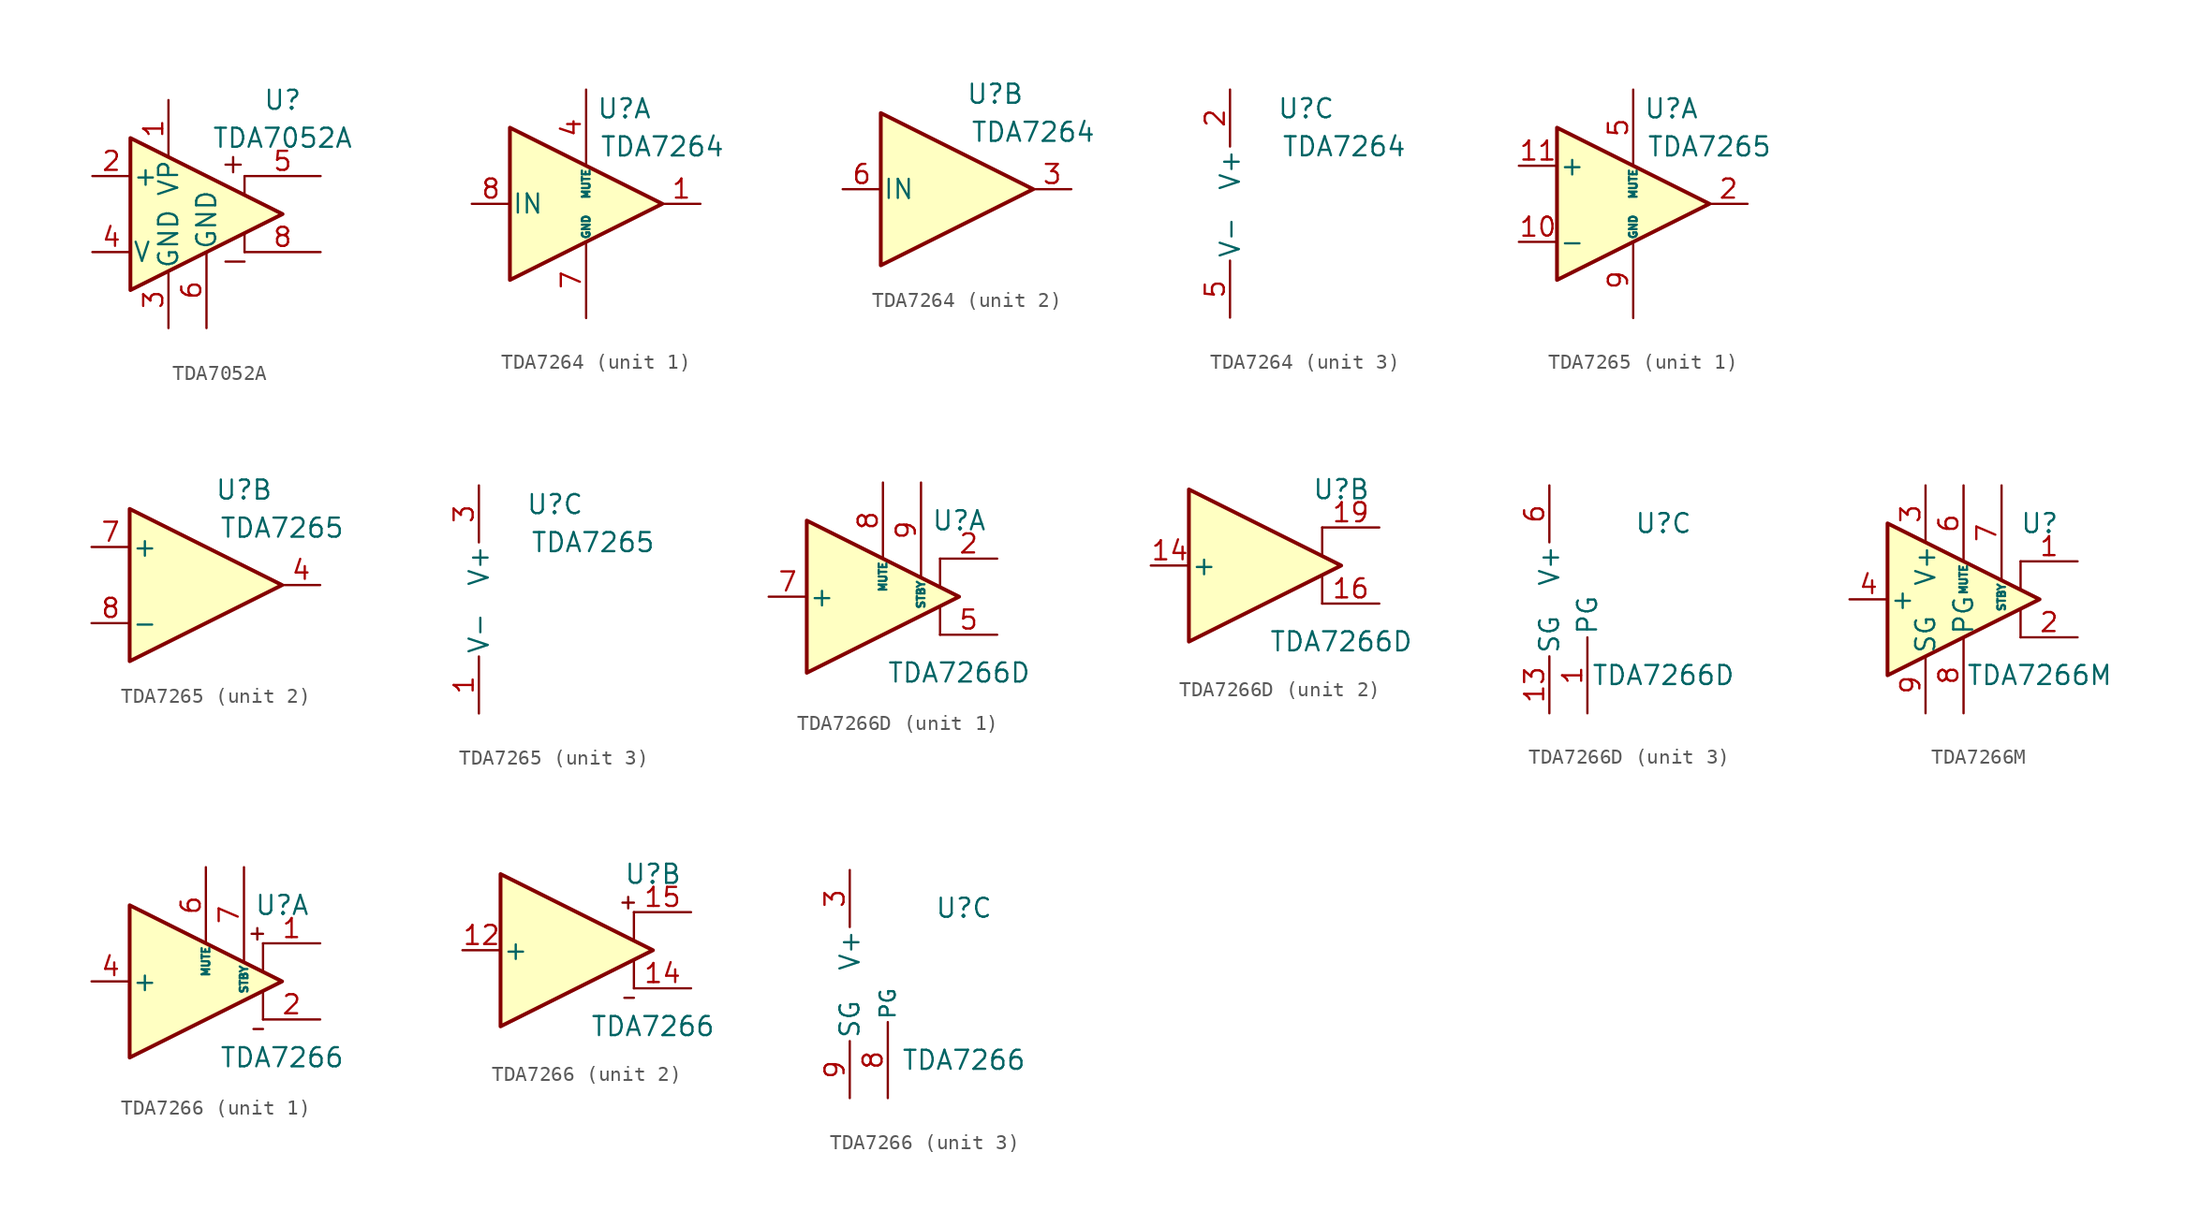
<source format=kicad_sym>
(kicad_symbol_lib
  (version 20241209)
  (generator "kicad_symbol_editor")
  (generator_version "9.0")
  (symbol "TDA7052A"
    (pin_names
      (offset 0.127))
    (property "Reference" "U"
      (at 5.08 7.62 0)
      (effects (font (size 1.27 1.27))))
    (property "Value" "TDA7052A"
      (at 5.08 5.08 0)
      (effects (font (size 1.27 1.27))))
    (symbol "TDA7052A_0_1"
      (polyline (pts (xy 1.27 -3.175) (xy 2.54 -3.175)) (stroke (width 0) (type default)) (fill (type none)))
      (polyline (pts (xy 2.54 2.54) (xy 2.54 1.27)) (stroke (width 0) (type default)) (fill (type none)))
      (polyline (pts (xy 2.54 -1.27) (xy 2.54 -2.54)) (stroke (width 0) (type default)) (fill (type none)))
      (polyline (pts (xy 5.08 0) (xy -5.08 5.08) (xy -5.08 -5.08) (xy 5.08 0)) (stroke (width 0.254) (type default)) (fill (type background))))
    (symbol "TDA7052A_1_1"
      (polyline (pts (xy 1.778 3.81) (xy 1.778 2.794)) (stroke (width 0) (type default)) (fill (type none)))
      (polyline (pts (xy 2.286 3.302) (xy 1.27 3.302)) (stroke (width 0) (type default)) (fill (type none)))
      (pin input line (at -7.62 2.54 0) (length 2.54) (name "+" (effects (font (size 1.27 1.27)))) (number "2" (effects (font (size 1.27 1.27)))))
      (pin input line (at -7.62 -2.54 0) (length 2.54) (name "V" (effects (font (size 1.27 1.27)))) (number "4" (effects (font (size 1.27 1.27)))))
      (pin power_in line (at -2.54 7.62 270) (length 3.81) (name "VP" (effects (font (size 1.27 1.27)))) (number "1" (effects (font (size 1.27 1.27)))))
      (pin power_in line (at -2.54 -7.62 90) (length 3.81) (name "GND" (effects (font (size 1.27 1.27)))) (number "3" (effects (font (size 1.27 1.27)))))
      (pin no_connect line (at 0 2.54 270) (length 2.54) (hide yes) (name "NC" (effects (font (size 1.27 1.27)))) (number "7" (effects (font (size 1.27 1.27)))))
      (pin power_in line (at 0 -7.62 90) (length 5.08) (name "GND" (effects (font (size 1.27 1.27)))) (number "6" (effects (font (size 1.27 1.27)))))
      (pin output line (at 7.62 2.54 180) (length 5.08) (name "~" (effects (font (size 1.27 1.27)))) (number "5" (effects (font (size 1.27 1.27)))))
      (pin output line (at 7.62 -2.54 180) (length 5.08) (name "~" (effects (font (size 1.27 1.27)))) (number "8" (effects (font (size 1.27 1.27)))))))
  (symbol "TDA7264"
    (pin_names
      (offset 0.127))
    (property "Reference" "U"
      (at 2.54 6.35 0)
      (effects (font (size 1.27 1.27))))
    (property "Value" "TDA7264"
      (at 5.08 3.81 0)
      (effects (font (size 1.27 1.27))))
    (property "ki_locked" ""
      (at 0 0 0)
      (effects (font (size 1.27 1.27))))
    (symbol "TDA7264_1_1"
      (polyline (pts (xy 5.08 0) (xy -5.08 5.08) (xy -5.08 -5.08) (xy 5.08 0)) (stroke (width 0.254) (type default)) (fill (type background)))
      (pin input line (at -7.62 0 0) (length 2.54) (name "IN" (effects (font (size 1.27 1.27)))) (number "8" (effects (font (size 1.27 1.27)))))
      (pin input line (at 0 7.62 270) (length 5.08) (name "MUTE" (effects (font (size 0.508 0.508)))) (number "4" (effects (font (size 1.27 1.27)))))
      (pin power_in line (at 0 -7.62 90) (length 5.08) (name "GND" (effects (font (size 0.508 0.508)))) (number "7" (effects (font (size 1.27 1.27)))))
      (pin output line (at 7.62 0 180) (length 2.54) (name "~" (effects (font (size 1.27 1.27)))) (number "1" (effects (font (size 1.27 1.27))))))
    (symbol "TDA7264_2_1"
      (polyline (pts (xy 5.08 0) (xy -5.08 5.08) (xy -5.08 -5.08) (xy 5.08 0)) (stroke (width 0.254) (type default)) (fill (type background)))
      (pin input line (at -7.62 0 0) (length 2.54) (name "IN" (effects (font (size 1.27 1.27)))) (number "6" (effects (font (size 1.27 1.27)))))
      (pin output line (at 7.62 0 180) (length 2.54) (name "~" (effects (font (size 1.27 1.27)))) (number "3" (effects (font (size 1.27 1.27))))))
    (symbol "TDA7264_3_1"
      (pin power_in line (at -2.54 7.62 270) (length 3.81) (name "V+" (effects (font (size 1.27 1.27)))) (number "2" (effects (font (size 1.27 1.27)))))
      (pin power_in line (at -2.54 -7.62 90) (length 3.81) (name "V-" (effects (font (size 1.27 1.27)))) (number "5" (effects (font (size 1.27 1.27)))))))
  (symbol "TDA7265"
    (pin_names
      (offset 0.127))
    (property "Reference" "U"
      (at 2.54 6.35 0)
      (effects (font (size 1.27 1.27))))
    (property "Value" "TDA7265"
      (at 5.08 3.81 0)
      (effects (font (size 1.27 1.27))))
    (property "ki_locked" ""
      (at 0 0 0)
      (effects (font (size 1.27 1.27))))
    (symbol "TDA7265_1_1"
      (polyline (pts (xy 5.08 0) (xy -5.08 5.08) (xy -5.08 -5.08) (xy 5.08 0)) (stroke (width 0.254) (type default)) (fill (type background)))
      (pin input line (at -7.62 2.54 0) (length 2.54) (name "+" (effects (font (size 1.27 1.27)))) (number "11" (effects (font (size 1.27 1.27)))))
      (pin input line (at -7.62 -2.54 0) (length 2.54) (name "-" (effects (font (size 1.27 1.27)))) (number "10" (effects (font (size 1.27 1.27)))))
      (pin input line (at 0 7.62 270) (length 5.08) (name "MUTE" (effects (font (size 0.508 0.508)))) (number "5" (effects (font (size 1.27 1.27)))))
      (pin power_in line (at 0 -7.62 90) (length 5.08) (name "GND" (effects (font (size 0.508 0.508)))) (number "9" (effects (font (size 1.27 1.27)))))
      (pin output line (at 7.62 0 180) (length 2.54) (name "~" (effects (font (size 1.27 1.27)))) (number "2" (effects (font (size 1.27 1.27))))))
    (symbol "TDA7265_2_1"
      (polyline (pts (xy 5.08 0) (xy -5.08 5.08) (xy -5.08 -5.08) (xy 5.08 0)) (stroke (width 0.254) (type default)) (fill (type background)))
      (pin input line (at -7.62 2.54 0) (length 2.54) (name "+" (effects (font (size 1.27 1.27)))) (number "7" (effects (font (size 1.27 1.27)))))
      (pin input line (at -7.62 -2.54 0) (length 2.54) (name "-" (effects (font (size 1.27 1.27)))) (number "8" (effects (font (size 1.27 1.27)))))
      (pin output line (at 7.62 0 180) (length 2.54) (name "~" (effects (font (size 1.27 1.27)))) (number "4" (effects (font (size 1.27 1.27))))))
    (symbol "TDA7265_3_1"
      (pin power_in line (at -2.54 7.62 270) (length 3.81) (name "V+" (effects (font (size 1.27 1.27)))) (number "3" (effects (font (size 1.27 1.27)))))
      (pin power_in line (at -2.54 -7.62 90) (length 3.81) (name "V-" (effects (font (size 1.27 1.27)))) (number "1" (effects (font (size 1.27 1.27)))))
      (pin passive line (at -2.54 -7.62 90) (length 3.81) (hide yes) (name "V-" (effects (font (size 1.27 1.27)))) (number "6" (effects (font (size 1.27 1.27)))))))
  (symbol "TDA7266D"
    (pin_names
      (offset 0.127))
    (property "Reference" "U"
      (at 5.08 5.08 0)
      (effects (font (size 1.27 1.27))))
    (property "Value" "TDA7266D"
      (at 5.08 -5.08 0)
      (effects (font (size 1.27 1.27))))
    (property "ki_locked" ""
      (at 0 0 0)
      (effects (font (size 1.27 1.27))))
    (symbol "TDA7266D_1_1"
      (polyline (pts (xy 3.81 2.54) (xy 3.81 0.635)) (stroke (width 0) (type default)) (fill (type none)))
      (polyline (pts (xy 3.81 -0.635) (xy 3.81 -2.54)) (stroke (width 0) (type default)) (fill (type none)))
      (polyline (pts (xy 5.08 0) (xy -5.08 5.08) (xy -5.08 -5.08) (xy 5.08 0)) (stroke (width 0.254) (type default)) (fill (type background)))
      (pin input line (at -7.62 0 0) (length 2.54) (name "+" (effects (font (size 1.27 1.27)))) (number "7" (effects (font (size 1.27 1.27)))))
      (pin no_connect line (at -5.08 5.08 270) (length 2.54) (hide yes) (name "NC" (effects (font (size 1.27 1.27)))) (number "3" (effects (font (size 1.27 1.27)))))
      (pin no_connect line (at -5.08 -5.08 90) (length 2.54) (hide yes) (name "NC" (effects (font (size 1.27 1.27)))) (number "17" (effects (font (size 1.27 1.27)))))
      (pin no_connect line (at -2.54 3.81 270) (length 2.54) (hide yes) (name "NC" (effects (font (size 1.27 1.27)))) (number "12" (effects (font (size 1.27 1.27)))))
      (pin input line (at 0 7.62 270) (length 5.08) (name "MUTE" (effects (font (size 0.508 0.508)))) (number "8" (effects (font (size 1.27 1.27)))))
      (pin no_connect line (at 0 2.54 270) (length 2.54) (hide yes) (name "NC" (effects (font (size 1.27 1.27)))) (number "4" (effects (font (size 1.27 1.27)))))
      (pin no_connect line (at 0 -2.54 90) (length 2.54) (hide yes) (name "NC" (effects (font (size 1.27 1.27)))) (number "18" (effects (font (size 1.27 1.27)))))
      (pin input line (at 2.54 7.62 270) (length 6.35) (name "STBY" (effects (font (size 0.508 0.508)))) (number "9" (effects (font (size 1.27 1.27)))))
      (pin output line (at 7.62 2.54 180) (length 3.81) (name "~" (effects (font (size 1.27 1.27)))) (number "2" (effects (font (size 1.27 1.27)))))
      (pin output line (at 7.62 -2.54 180) (length 3.81) (name "~" (effects (font (size 1.27 1.27)))) (number "5" (effects (font (size 1.27 1.27))))))
    (symbol "TDA7266D_2_1"
      (polyline (pts (xy 3.81 2.54) (xy 3.81 0.635)) (stroke (width 0) (type default)) (fill (type none)))
      (polyline (pts (xy 3.81 -0.635) (xy 3.81 -2.54)) (stroke (width 0) (type default)) (fill (type none)))
      (polyline (pts (xy 5.08 0) (xy -5.08 5.08) (xy -5.08 -5.08) (xy 5.08 0)) (stroke (width 0.254) (type default)) (fill (type background)))
      (pin input line (at -7.62 0 0) (length 2.54) (name "+" (effects (font (size 1.27 1.27)))) (number "14" (effects (font (size 1.27 1.27)))))
      (pin output line (at 7.62 2.54 180) (length 3.81) (name "~" (effects (font (size 1.27 1.27)))) (number "19" (effects (font (size 1.27 1.27)))))
      (pin output line (at 7.62 -2.54 180) (length 3.81) (name "~" (effects (font (size 1.27 1.27)))) (number "16" (effects (font (size 1.27 1.27))))))
    (symbol "TDA7266D_3_1"
      (pin passive line (at -2.54 7.62 270) (length 3.81) (hide yes) (name "V+" (effects (font (size 1.27 1.27)))) (number "15" (effects (font (size 1.27 1.27)))))
      (pin power_in line (at -2.54 7.62 270) (length 3.81) (name "V+" (effects (font (size 1.27 1.27)))) (number "6" (effects (font (size 1.27 1.27)))))
      (pin power_in line (at -2.54 -7.62 90) (length 3.81) (name "SG" (effects (font (size 1.27 1.27)))) (number "13" (effects (font (size 1.27 1.27)))))
      (pin power_in line (at 0 -7.62 90) (length 5.08) (name "PG" (effects (font (size 1.27 1.27)))) (number "1" (effects (font (size 1.27 1.27)))))
      (pin passive line (at 0 -7.62 90) (length 5.08) (hide yes) (name "PG" (effects (font (size 1.27 1.27)))) (number "10" (effects (font (size 1.27 1.27)))))
      (pin passive line (at 0 -7.62 90) (length 5.08) (hide yes) (name "PG" (effects (font (size 1.27 1.27)))) (number "11" (effects (font (size 1.27 1.27)))))
      (pin passive line (at 0 -7.62 90) (length 5.08) (hide yes) (name "PG" (effects (font (size 1.27 1.27)))) (number "20" (effects (font (size 1.27 1.27)))))))
  (symbol "TDA7266M"
    (pin_names
      (offset 0.127))
    (property "Reference" "U"
      (at 5.08 5.08 0)
      (effects (font (size 1.27 1.27))))
    (property "Value" "TDA7266M"
      (at 5.08 -5.08 0)
      (effects (font (size 1.27 1.27))))
    (symbol "TDA7266M_0_1"
      (polyline (pts (xy 3.81 2.54) (xy 3.81 0.635)) (stroke (width 0) (type default)) (fill (type none)))
      (polyline (pts (xy 3.81 -0.635) (xy 3.81 -2.54)) (stroke (width 0) (type default)) (fill (type none)))
      (polyline (pts (xy 5.08 0) (xy -5.08 5.08) (xy -5.08 -5.08) (xy 5.08 0)) (stroke (width 0.254) (type default)) (fill (type background))))
    (symbol "TDA7266M_1_1"
      (pin input line (at -7.62 0 0) (length 2.54) (name "+" (effects (font (size 1.27 1.27)))) (number "4" (effects (font (size 1.27 1.27)))))
      (pin no_connect line (at -5.08 5.08 270) (length 2.54) (hide yes) (name "NC" (effects (font (size 1.27 1.27)))) (number "5" (effects (font (size 1.27 1.27)))))
      (pin no_connect line (at -5.08 -5.08 90) (length 2.54) (hide yes) (name "NC" (effects (font (size 1.27 1.27)))) (number "12" (effects (font (size 1.27 1.27)))))
      (pin passive line (at -2.54 7.62 270) (length 3.81) (hide yes) (name "V+" (effects (font (size 1.27 1.27)))) (number "13" (effects (font (size 1.27 1.27)))))
      (pin power_in line (at -2.54 7.62 270) (length 3.81) (name "V+" (effects (font (size 1.27 1.27)))) (number "3" (effects (font (size 1.27 1.27)))))
      (pin power_in line (at -2.54 -7.62 90) (length 3.81) (name "SG" (effects (font (size 1.27 1.27)))) (number "9" (effects (font (size 1.27 1.27)))))
      (pin input line (at 0 7.62 270) (length 5.08) (name "MUTE" (effects (font (size 0.508 0.508)))) (number "6" (effects (font (size 1.27 1.27)))))
      (pin no_connect line (at 0 2.54 270) (length 2.54) (hide yes) (name "NC" (effects (font (size 1.27 1.27)))) (number "10" (effects (font (size 1.27 1.27)))))
      (pin no_connect line (at 0 -2.54 90) (length 2.54) (hide yes) (name "NC" (effects (font (size 1.27 1.27)))) (number "14" (effects (font (size 1.27 1.27)))))
      (pin power_in line (at 0 -7.62 90) (length 5.08) (name "PG" (effects (font (size 1.27 1.27)))) (number "8" (effects (font (size 1.27 1.27)))))
      (pin input line (at 2.54 7.62 270) (length 6.35) (name "STBY" (effects (font (size 0.508 0.508)))) (number "7" (effects (font (size 1.27 1.27)))))
      (pin no_connect line (at 2.54 1.27 270) (length 2.54) (hide yes) (name "NC" (effects (font (size 1.27 1.27)))) (number "11" (effects (font (size 1.27 1.27)))))
      (pin no_connect line (at 2.54 -1.27 90) (length 2.54) (hide yes) (name "NC" (effects (font (size 1.27 1.27)))) (number "15" (effects (font (size 1.27 1.27)))))
      (pin output line (at 7.62 2.54 180) (length 3.81) (name "~" (effects (font (size 1.27 1.27)))) (number "1" (effects (font (size 1.27 1.27)))))
      (pin output line (at 7.62 -2.54 180) (length 3.81) (name "~" (effects (font (size 1.27 1.27)))) (number "2" (effects (font (size 1.27 1.27)))))))
  (symbol "TDA7266"
    (pin_names
      (offset 0.127))
    (property "Reference" "U"
      (at 5.08 5.08 0)
      (effects (font (size 1.27 1.27))))
    (property "Value" "TDA7266"
      (at 5.08 -5.08 0)
      (effects (font (size 1.27 1.27))))
    (property "ki_locked" ""
      (at 0 0 0)
      (effects (font (size 1.27 1.27))))
    (symbol "TDA7266_1_1"
      (polyline (pts (xy 3.048 3.175) (xy 3.81 3.175)) (stroke (width 0) (type default)) (fill (type none)))
      (polyline (pts (xy 3.175 -3.175) (xy 3.81 -3.175)) (stroke (width 0) (type default)) (fill (type none)))
      (polyline (pts (xy 3.429 2.794) (xy 3.429 3.556)) (stroke (width 0) (type default)) (fill (type none)))
      (polyline (pts (xy 3.81 2.54) (xy 3.81 0.635)) (stroke (width 0) (type default)) (fill (type none)))
      (polyline (pts (xy 3.81 -0.635) (xy 3.81 -2.54)) (stroke (width 0) (type default)) (fill (type none)))
      (polyline (pts (xy 5.08 0) (xy -5.08 5.08) (xy -5.08 -5.08) (xy 5.08 0)) (stroke (width 0.254) (type default)) (fill (type background)))
      (pin input line (at -7.62 0 0) (length 2.54) (name "+" (effects (font (size 1.27 1.27)))) (number "4" (effects (font (size 1.27 1.27)))))
      (pin no_connect line (at -5.08 5.08 270) (length 2.54) (hide yes) (name "NC" (effects (font (size 1.27 1.27)))) (number "11" (effects (font (size 1.27 1.27)))))
      (pin no_connect line (at -5.08 -5.08 90) (length 2.54) (hide yes) (name "NC" (effects (font (size 1.27 1.27)))) (number "5" (effects (font (size 1.27 1.27)))))
      (pin no_connect line (at -2.54 3.81 270) (length 2.54) (hide yes) (name "NC" (effects (font (size 1.27 1.27)))) (number "10" (effects (font (size 1.27 1.27)))))
      (pin input line (at 0 7.62 270) (length 5.08) (name "MUTE" (effects (font (size 0.508 0.508)))) (number "6" (effects (font (size 1.27 1.27)))))
      (pin input line (at 2.54 7.62 270) (length 6.35) (name "STBY" (effects (font (size 0.508 0.508)))) (number "7" (effects (font (size 1.27 1.27)))))
      (pin output line (at 7.62 2.54 180) (length 3.81) (name "~" (effects (font (size 1.27 1.27)))) (number "1" (effects (font (size 1.27 1.27)))))
      (pin output line (at 7.62 -2.54 180) (length 3.81) (name "~" (effects (font (size 1.27 1.27)))) (number "2" (effects (font (size 1.27 1.27))))))
    (symbol "TDA7266_2_1"
      (polyline (pts (xy 3.048 3.175) (xy 3.81 3.175)) (stroke (width 0) (type default)) (fill (type none)))
      (polyline (pts (xy 3.175 -3.175) (xy 3.81 -3.175)) (stroke (width 0) (type default)) (fill (type none)))
      (polyline (pts (xy 3.429 2.794) (xy 3.429 3.556)) (stroke (width 0) (type default)) (fill (type none)))
      (polyline (pts (xy 3.81 2.54) (xy 3.81 0.635)) (stroke (width 0) (type default)) (fill (type none)))
      (polyline (pts (xy 3.81 -0.635) (xy 3.81 -2.54)) (stroke (width 0) (type default)) (fill (type none)))
      (polyline (pts (xy 5.08 0) (xy -5.08 5.08) (xy -5.08 -5.08) (xy 5.08 0)) (stroke (width 0.254) (type default)) (fill (type background)))
      (pin input line (at -7.62 0 0) (length 2.54) (name "+" (effects (font (size 1.27 1.27)))) (number "12" (effects (font (size 1.27 1.27)))))
      (pin output line (at 7.62 2.54 180) (length 3.81) (name "~" (effects (font (size 1.27 1.27)))) (number "15" (effects (font (size 1.27 1.27)))))
      (pin output line (at 7.62 -2.54 180) (length 3.81) (name "~" (effects (font (size 1.27 1.27)))) (number "14" (effects (font (size 1.27 1.27))))))
    (symbol "TDA7266_3_1"
      (pin passive line (at -2.54 7.62 270) (length 3.81) (hide yes) (name "V+" (effects (font (size 1.27 1.27)))) (number "13" (effects (font (size 1.27 1.27)))))
      (pin power_in line (at -2.54 7.62 270) (length 3.81) (name "V+" (effects (font (size 1.27 1.27)))) (number "3" (effects (font (size 1.27 1.27)))))
      (pin power_in line (at -2.54 -7.62 90) (length 3.81) (name "SG" (effects (font (size 1.27 1.27)))) (number "9" (effects (font (size 1.27 1.27)))))
      (pin power_in line (at 0 -7.62 90) (length 5.08) (name "PG" (effects (font (size 1.016 1.016)))) (number "8" (effects (font (size 1.27 1.27))))))))
</source>
